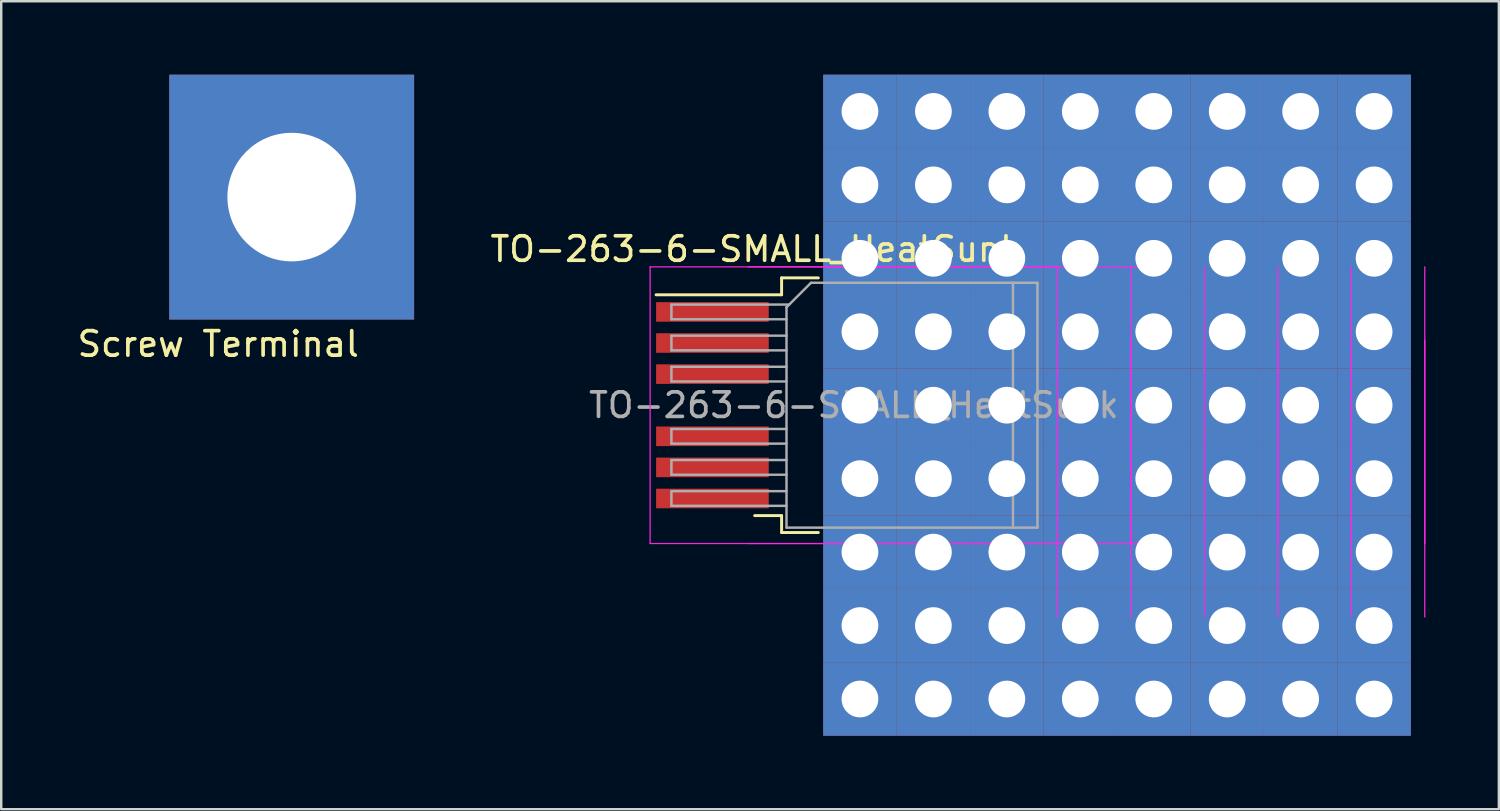
<source format=kicad_pcb>
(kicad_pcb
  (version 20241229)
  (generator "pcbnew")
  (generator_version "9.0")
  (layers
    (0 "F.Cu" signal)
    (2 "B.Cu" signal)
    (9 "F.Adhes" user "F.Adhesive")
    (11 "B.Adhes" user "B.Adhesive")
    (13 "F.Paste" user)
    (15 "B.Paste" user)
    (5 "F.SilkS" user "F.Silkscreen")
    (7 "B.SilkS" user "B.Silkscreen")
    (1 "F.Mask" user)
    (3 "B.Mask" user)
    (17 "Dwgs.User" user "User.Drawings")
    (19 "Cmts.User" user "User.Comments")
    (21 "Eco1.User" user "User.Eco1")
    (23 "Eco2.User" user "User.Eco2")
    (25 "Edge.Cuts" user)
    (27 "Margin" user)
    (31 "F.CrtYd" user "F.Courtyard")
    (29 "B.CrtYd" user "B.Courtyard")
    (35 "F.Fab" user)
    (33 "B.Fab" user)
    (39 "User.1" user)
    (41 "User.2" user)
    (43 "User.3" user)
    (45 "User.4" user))
  (footprint "Screw Terminal"
    (layer "F.Cu")
    (at 8.863 5)
    (property "Reference" "Screw Terminal" (at -3 6 0) (layer "F.SilkS") (effects (font (size 1 1) (thickness 0.15))))
    (attr through_hole)
    (pad "1" thru_hole rect (at 0 0) (size 10 10) (drill 5.25) (layers "*.Cu" "*.Mask")))
  (footprint "TO-263-6-SMALL_HeatSunk"
    (layer "F.Cu")
    (at 31.823 13.5)
    (property "Reference" "TO-263-6-SMALL_HeatSunk" (at -4.025 -6.375 180) (layer "F.SilkS") (effects (font (size 1 1) (thickness 0.15))))
    (attr smd)
    (fp_line (start -2.95 -5.2) (end -2.95 -4.51) (stroke (width 0.12) (type solid)) (layer "F.SilkS"))
    (fp_line (start -2.95 -4.51) (end -8.075 -4.51) (stroke (width 0.12) (type solid)) (layer "F.SilkS"))
    (fp_line (start -2.95 4.51) (end -4.05 4.51) (stroke (width 0.12) (type solid)) (layer "F.SilkS"))
    (fp_line (start -2.95 5.2) (end -2.95 4.51) (stroke (width 0.12) (type solid)) (layer "F.SilkS"))
    (fp_line (start -1.45 -5.2) (end -2.95 -5.2) (stroke (width 0.12) (type solid)) (layer "F.SilkS"))
    (fp_line (start -1.45 5.2) (end -2.95 5.2) (stroke (width 0.12) (type solid)) (layer "F.SilkS"))
    (fp_line (start -8.32 -5.65) (end -8.32 5.65) (stroke (width 0.05) (type solid)) (layer "F.CrtYd"))
    (fp_line (start -8.32 5.65) (end 8.32 5.65) (stroke (width 0.05) (type solid)) (layer "F.CrtYd"))
    (fp_line (start -4.32 5.65) (end 12.32 5.65) (stroke (width 0.05) (type solid)) (layer "F.CrtYd"))
    (fp_line (start 8.32 -5.65) (end -8.32 -5.65) (stroke (width 0.05) (type solid)) (layer "F.CrtYd"))
    (fp_line (start 8.32 5.65) (end 8.32 -5.65) (stroke (width 0.05) (type solid)) (layer "F.CrtYd"))
    (fp_line (start 8.32 8.65) (end 8.32 -2.65) (stroke (width 0.05) (type solid)) (layer "F.CrtYd"))
    (fp_line (start 11.32 5.65) (end 11.32 -5.65) (stroke (width 0.05) (type solid)) (layer "F.CrtYd"))
    (fp_line (start 11.32 8.65) (end 11.32 -2.65) (stroke (width 0.05) (type solid)) (layer "F.CrtYd"))
    (fp_line (start 12.32 -5.65) (end -4.32 -5.65) (stroke (width 0.05) (type solid)) (layer "F.CrtYd"))
    (fp_line (start 14.32 5.65) (end 14.32 -5.65) (stroke (width 0.05) (type solid)) (layer "F.CrtYd"))
    (fp_line (start 14.32 8.65) (end 14.32 -2.65) (stroke (width 0.05) (type solid)) (layer "F.CrtYd"))
    (fp_line (start 17.32 5.65) (end 17.32 -5.65) (stroke (width 0.05) (type solid)) (layer "F.CrtYd"))
    (fp_line (start 17.32 8.65) (end 17.32 -2.65) (stroke (width 0.05) (type solid)) (layer "F.CrtYd"))
    (fp_line (start 20.32 5.65) (end 20.32 -5.65) (stroke (width 0.05) (type solid)) (layer "F.CrtYd"))
    (fp_line (start 20.32 8.65) (end 20.32 -2.65) (stroke (width 0.05) (type solid)) (layer "F.CrtYd"))
    (fp_line (start 23.32 5.65) (end 23.32 -5.65) (stroke (width 0.05) (type solid)) (layer "F.CrtYd"))
    (fp_line (start 23.32 8.65) (end 23.32 -2.65) (stroke (width 0.05) (type solid)) (layer "F.CrtYd"))
    (fp_line (start -7.45 -4.11) (end -7.45 -3.51) (stroke (width 0.1) (type solid)) (layer "F.Fab"))
    (fp_line (start -7.45 -3.51) (end -2.75 -3.51) (stroke (width 0.1) (type solid)) (layer "F.Fab"))
    (fp_line (start -7.45 -2.84) (end -7.45 -2.24) (stroke (width 0.1) (type solid)) (layer "F.Fab"))
    (fp_line (start -7.45 -2.24) (end -2.75 -2.24) (stroke (width 0.1) (type solid)) (layer "F.Fab"))
    (fp_line (start -7.45 -1.57) (end -7.45 -0.97) (stroke (width 0.1) (type solid)) (layer "F.Fab"))
    (fp_line (start -7.45 -0.97) (end -2.75 -0.97) (stroke (width 0.1) (type solid)) (layer "F.Fab"))
    (fp_line (start -7.45 0.97) (end -7.45 1.57) (stroke (width 0.1) (type solid)) (layer "F.Fab"))
    (fp_line (start -7.45 1.57) (end -2.75 1.57) (stroke (width 0.1) (type solid)) (layer "F.Fab"))
    (fp_line (start -7.45 2.24) (end -7.45 2.84) (stroke (width 0.1) (type solid)) (layer "F.Fab"))
    (fp_line (start -7.45 2.84) (end -2.75 2.84) (stroke (width 0.1) (type solid)) (layer "F.Fab"))
    (fp_line (start -7.45 3.51) (end -7.45 4.11) (stroke (width 0.1) (type solid)) (layer "F.Fab"))
    (fp_line (start -7.45 4.11) (end -2.75 4.11) (stroke (width 0.1) (type solid)) (layer "F.Fab"))
    (fp_line (start -2.75 -4) (end -1.75 -5) (stroke (width 0.1) (type solid)) (layer "F.Fab"))
    (fp_line (start -2.75 -2.84) (end -7.45 -2.84) (stroke (width 0.1) (type solid)) (layer "F.Fab"))
    (fp_line (start -2.75 -1.57) (end -7.45 -1.57) (stroke (width 0.1) (type solid)) (layer "F.Fab"))
    (fp_line (start -2.75 0.97) (end -7.45 0.97) (stroke (width 0.1) (type solid)) (layer "F.Fab"))
    (fp_line (start -2.75 2.24) (end -7.45 2.24) (stroke (width 0.1) (type solid)) (layer "F.Fab"))
    (fp_line (start -2.75 3.51) (end -7.45 3.51) (stroke (width 0.1) (type solid)) (layer "F.Fab"))
    (fp_line (start -2.75 5) (end -2.75 -4) (stroke (width 0.1) (type solid)) (layer "F.Fab"))
    (fp_line (start -2.64 -4.11) (end -7.45 -4.11) (stroke (width 0.1) (type solid)) (layer "F.Fab"))
    (fp_line (start -1.75 -5) (end 6.5 -5) (stroke (width 0.1) (type solid)) (layer "F.Fab"))
    (fp_line (start 6.5 -5) (end 6.5 5) (stroke (width 0.1) (type solid)) (layer "F.Fab"))
    (fp_line (start 6.5 -5) (end 7.5 -5) (stroke (width 0.1) (type solid)) (layer "F.Fab"))
    (fp_line (start 6.5 5) (end -2.75 5) (stroke (width 0.1) (type solid)) (layer "F.Fab"))
    (fp_line (start 7.5 -5) (end 7.5 5) (stroke (width 0.1) (type solid)) (layer "F.Fab"))
    (fp_line (start 7.5 5) (end 6.5 5) (stroke (width 0.1) (type solid)) (layer "F.Fab"))
    (fp_text user "${REFERENCE}" (at 0 0 0) (layer "F.Fab") (effects (font (size 1 1) (thickness 0.15))))
    (pad "1" smd rect (at -5.775 -3.81) (size 4.6 0.8) (layers "F.Cu" "F.Mask" "F.Paste"))
    (pad "2" smd rect (at -5.775 -2.54) (size 4.6 0.8) (layers "F.Cu" "F.Mask" "F.Paste"))
    (pad "3" smd rect (at -5.775 -1.27) (size 4.6 0.8) (layers "F.Cu" "F.Mask" "F.Paste"))
    (pad "4" thru_hole rect (at 0.25 -12) (size 3 3) (drill 1.5) (layers "*.Cu" "*.Mask"))
    (pad "4" thru_hole rect (at 0.25 -9) (size 3 3) (drill 1.5) (layers "*.Cu" "*.Mask"))
    (pad "4" thru_hole rect (at 0.25 -6) (size 3 3) (drill 1.5) (layers "*.Cu" "*.Mask"))
    (pad "4" thru_hole rect (at 0.25 -3) (size 3 3) (drill 1.5) (layers "*.Cu" "*.Mask"))
    (pad "4" thru_hole rect (at 0.25 0) (size 3 3) (drill 1.5) (layers "*.Cu" "*.Mask"))
    (pad "4" thru_hole rect (at 0.25 3) (size 3 3) (drill 1.5) (layers "*.Cu" "*.Mask"))
    (pad "4" thru_hole rect (at 0.25 6) (size 3 3) (drill 1.5) (layers "*.Cu" "*.Mask"))
    (pad "4" thru_hole rect (at 0.25 9) (size 3 3) (drill 1.5) (layers "*.Cu" "*.Mask"))
    (pad "4" thru_hole rect (at 0.25 12) (size 3 3) (drill 1.5) (layers "*.Cu" "*.Mask"))
    (pad "4" thru_hole rect (at 3.25 -12) (size 3 3) (drill 1.5) (layers "*.Cu" "*.Mask"))
    (pad "4" thru_hole rect (at 3.25 -9) (size 3 3) (drill 1.5) (layers "*.Cu" "*.Mask"))
    (pad "4" thru_hole rect (at 3.25 -6) (size 3 3) (drill 1.5) (layers "*.Cu" "*.Mask"))
    (pad "4" thru_hole rect (at 3.25 -3) (size 3 3) (drill 1.5) (layers "*.Cu" "*.Mask"))
    (pad "4" thru_hole rect (at 3.25 0) (size 3 3) (drill 1.5) (layers "*.Cu" "*.Mask"))
    (pad "4" thru_hole rect (at 3.25 3) (size 3 3) (drill 1.5) (layers "*.Cu" "*.Mask"))
    (pad "4" thru_hole rect (at 3.25 6) (size 3 3) (drill 1.5) (layers "*.Cu" "*.Mask"))
    (pad "4" thru_hole rect (at 3.25 9) (size 3 3) (drill 1.5) (layers "*.Cu" "*.Mask"))
    (pad "4" thru_hole rect (at 3.25 12) (size 3 3) (drill 1.5) (layers "*.Cu" "*.Mask"))
    (pad "4" thru_hole rect (at 6.25 -12) (size 3 3) (drill 1.5) (layers "*.Cu" "*.Mask"))
    (pad "4" thru_hole rect (at 6.25 -9) (size 3 3) (drill 1.5) (layers "*.Cu" "*.Mask"))
    (pad "4" thru_hole rect (at 6.25 -6) (size 3 3) (drill 1.5) (layers "*.Cu" "*.Mask"))
    (pad "4" thru_hole rect (at 6.25 -3) (size 3 3) (drill 1.5) (layers "*.Cu" "*.Mask"))
    (pad "4" thru_hole rect (at 6.25 0) (size 3 3) (drill 1.5) (layers "*.Cu" "*.Mask"))
    (pad "4" thru_hole rect (at 6.25 3) (size 3 3) (drill 1.5) (layers "*.Cu" "*.Mask"))
    (pad "4" thru_hole rect (at 6.25 6) (size 3 3) (drill 1.5) (layers "*.Cu" "*.Mask"))
    (pad "4" thru_hole rect (at 6.25 9) (size 3 3) (drill 1.5) (layers "*.Cu" "*.Mask"))
    (pad "4" thru_hole rect (at 6.25 12) (size 3 3) (drill 1.5) (layers "*.Cu" "*.Mask"))
    (pad "4" thru_hole rect (at 9.25 -12) (size 3 3) (drill 1.5) (layers "*.Cu" "*.Mask"))
    (pad "4" thru_hole rect (at 9.25 -9) (size 3 3) (drill 1.5) (layers "*.Cu" "*.Mask"))
    (pad "4" thru_hole rect (at 9.25 -6) (size 3 3) (drill 1.5) (layers "*.Cu" "*.Mask"))
    (pad "4" thru_hole rect (at 9.25 -3) (size 3 3) (drill 1.5) (layers "*.Cu" "*.Mask"))
    (pad "4" thru_hole rect (at 9.25 0) (size 3 3) (drill 1.5) (layers "*.Cu" "*.Mask"))
    (pad "4" thru_hole rect (at 9.25 3) (size 3 3) (drill 1.5) (layers "*.Cu" "*.Mask"))
    (pad "4" thru_hole rect (at 9.25 6) (size 3 3) (drill 1.5) (layers "*.Cu" "*.Mask"))
    (pad "4" thru_hole rect (at 9.25 9) (size 3 3) (drill 1.5) (layers "*.Cu" "*.Mask"))
    (pad "4" thru_hole rect (at 9.25 12) (size 3 3) (drill 1.5) (layers "*.Cu" "*.Mask"))
    (pad "4" thru_hole rect (at 12.25 -12) (size 3 3) (drill 1.5) (layers "*.Cu" "*.Mask"))
    (pad "4" thru_hole rect (at 12.25 -9) (size 3 3) (drill 1.5) (layers "*.Cu" "*.Mask"))
    (pad "4" thru_hole rect (at 12.25 -6) (size 3 3) (drill 1.5) (layers "*.Cu" "*.Mask"))
    (pad "4" thru_hole rect (at 12.25 -3) (size 3 3) (drill 1.5) (layers "*.Cu" "*.Mask"))
    (pad "4" thru_hole rect (at 12.25 0) (size 3 3) (drill 1.5) (layers "*.Cu" "*.Mask"))
    (pad "4" thru_hole rect (at 12.25 3) (size 3 3) (drill 1.5) (layers "*.Cu" "*.Mask"))
    (pad "4" thru_hole rect (at 12.25 6) (size 3 3) (drill 1.5) (layers "*.Cu" "*.Mask"))
    (pad "4" thru_hole rect (at 12.25 9) (size 3 3) (drill 1.5) (layers "*.Cu" "*.Mask"))
    (pad "4" thru_hole rect (at 12.25 12) (size 3 3) (drill 1.5) (layers "*.Cu" "*.Mask"))
    (pad "4" thru_hole rect (at 15.25 -12) (size 3 3) (drill 1.5) (layers "*.Cu" "*.Mask"))
    (pad "4" thru_hole rect (at 15.25 -9) (size 3 3) (drill 1.5) (layers "*.Cu" "*.Mask"))
    (pad "4" thru_hole rect (at 15.25 -6) (size 3 3) (drill 1.5) (layers "*.Cu" "*.Mask"))
    (pad "4" thru_hole rect (at 15.25 -3) (size 3 3) (drill 1.5) (layers "*.Cu" "*.Mask"))
    (pad "4" thru_hole rect (at 15.25 0) (size 3 3) (drill 1.5) (layers "*.Cu" "*.Mask"))
    (pad "4" thru_hole rect (at 15.25 3) (size 3 3) (drill 1.5) (layers "*.Cu" "*.Mask"))
    (pad "4" thru_hole rect (at 15.25 6) (size 3 3) (drill 1.5) (layers "*.Cu" "*.Mask"))
    (pad "4" thru_hole rect (at 15.25 9) (size 3 3) (drill 1.5) (layers "*.Cu" "*.Mask"))
    (pad "4" thru_hole rect (at 15.25 12) (size 3 3) (drill 1.5) (layers "*.Cu" "*.Mask"))
    (pad "4" thru_hole rect (at 18.25 -12) (size 3 3) (drill 1.5) (layers "*.Cu" "*.Mask"))
    (pad "4" thru_hole rect (at 18.25 -9) (size 3 3) (drill 1.5) (layers "*.Cu" "*.Mask"))
    (pad "4" thru_hole rect (at 18.25 -6) (size 3 3) (drill 1.5) (layers "*.Cu" "*.Mask"))
    (pad "4" thru_hole rect (at 18.25 -3) (size 3 3) (drill 1.5) (layers "*.Cu" "*.Mask"))
    (pad "4" thru_hole rect (at 18.25 0) (size 3 3) (drill 1.5) (layers "*.Cu" "*.Mask"))
    (pad "4" thru_hole rect (at 18.25 3) (size 3 3) (drill 1.5) (layers "*.Cu" "*.Mask"))
    (pad "4" thru_hole rect (at 18.25 6) (size 3 3) (drill 1.5) (layers "*.Cu" "*.Mask"))
    (pad "4" thru_hole rect (at 18.25 9) (size 3 3) (drill 1.5) (layers "*.Cu" "*.Mask"))
    (pad "4" thru_hole rect (at 18.25 12) (size 3 3) (drill 1.5) (layers "*.Cu" "*.Mask"))
    (pad "4" thru_hole rect (at 21.25 -12) (size 3 3) (drill 1.5) (layers "*.Cu" "*.Mask"))
    (pad "4" thru_hole rect (at 21.25 -9) (size 3 3) (drill 1.5) (layers "*.Cu" "*.Mask"))
    (pad "4" thru_hole rect (at 21.25 -6) (size 3 3) (drill 1.5) (layers "*.Cu" "*.Mask"))
    (pad "4" thru_hole rect (at 21.25 -3) (size 3 3) (drill 1.5) (layers "*.Cu" "*.Mask"))
    (pad "4" thru_hole rect (at 21.25 0) (size 3 3) (drill 1.5) (layers "*.Cu" "*.Mask"))
    (pad "4" thru_hole rect (at 21.25 3) (size 3 3) (drill 1.5) (layers "*.Cu" "*.Mask"))
    (pad "4" thru_hole rect (at 21.25 6) (size 3 3) (drill 1.5) (layers "*.Cu" "*.Mask"))
    (pad "4" thru_hole rect (at 21.25 9) (size 3 3) (drill 1.5) (layers "*.Cu" "*.Mask"))
    (pad "4" thru_hole rect (at 21.25 12) (size 3 3) (drill 1.5) (layers "*.Cu" "*.Mask"))
    (pad "5" smd rect (at -5.775 1.27) (size 4.6 0.8) (layers "F.Cu" "F.Mask" "F.Paste"))
    (pad "6" smd rect (at -5.775 2.54) (size 4.6 0.8) (layers "F.Cu" "F.Mask" "F.Paste"))
    (pad "7" smd rect (at -5.775 3.81) (size 4.6 0.8) (layers "F.Cu" "F.Mask" "F.Paste")))
  (gr_rect
    (start -3 -3)
    (end 58.168 30)
    (stroke (width 0.1) (type default))
    (fill no)
    (layer "Edge.Cuts")))
</source>
